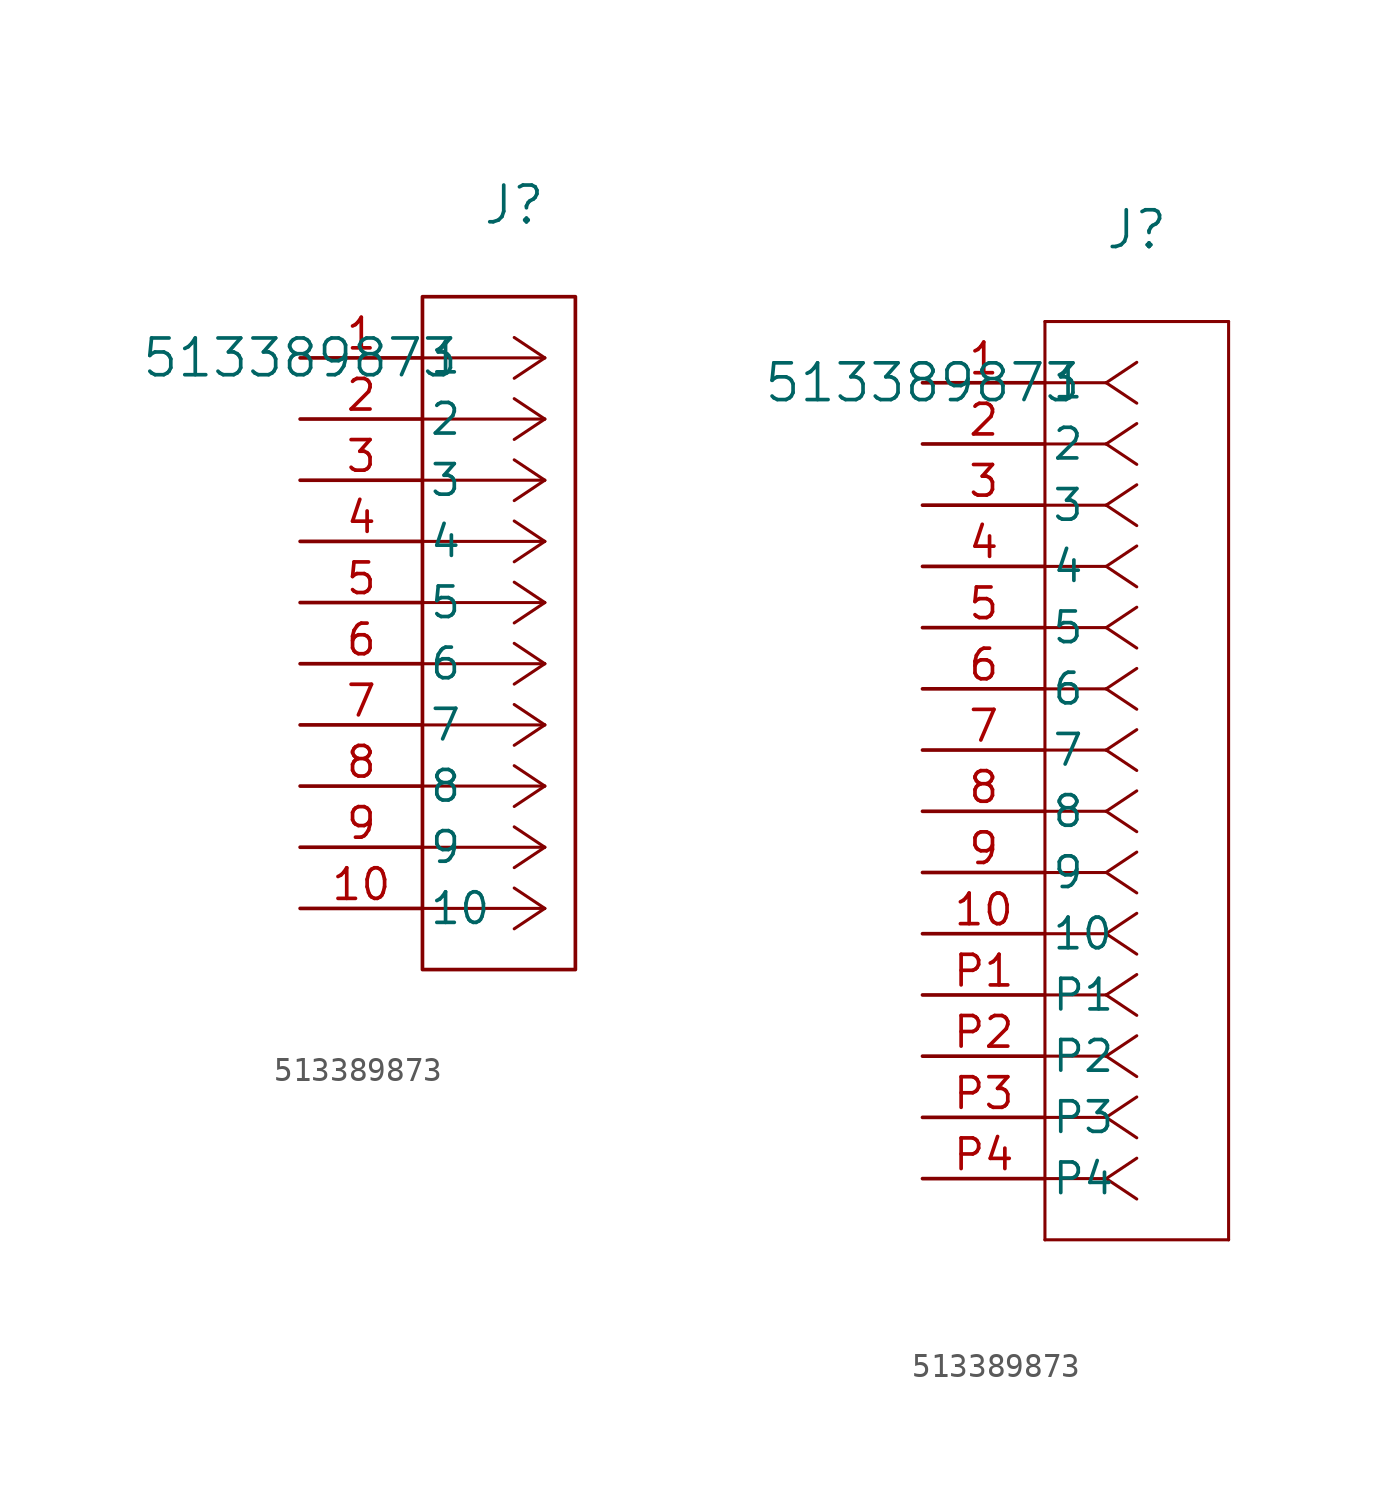
<source format=kicad_sym>
(kicad_symbol_lib
  (version 20241209)
  (generator "kicad_symbol_editor")
  (generator_version "9.0")
  (symbol "513389873"
    (pin_names
      (offset 0.254))
    (property "Reference" "J"
      (at 8.89 6.35 0)
      (effects (font (size 1.524 1.524))))
    (property "Value" "513389873"
      (at 0 0 0)
      (effects (font (size 1.524 1.524))))
    (property "ki_locked" ""
      (at 0 0 0)
      (effects (font (size 1.27 1.27))))
    (symbol "513389873_1_1"
      (rectangle (start 5.08 2.54) (end 11.43 -25.4) (stroke (width 0) (type default)) (fill (type none)))
      (polyline (pts (xy 10.16 0) (xy 5.08 0)) (stroke (width 0.127) (type default)) (fill (type none)))
      (polyline (pts (xy 10.16 0) (xy 8.89 0.847)) (stroke (width 0.127) (type default)) (fill (type none)))
      (polyline (pts (xy 10.16 0) (xy 8.89 -0.847)) (stroke (width 0.127) (type default)) (fill (type none)))
      (polyline (pts (xy 10.16 -2.54) (xy 5.08 -2.54)) (stroke (width 0.127) (type default)) (fill (type none)))
      (polyline (pts (xy 10.16 -2.54) (xy 8.89 -1.693)) (stroke (width 0.127) (type default)) (fill (type none)))
      (polyline (pts (xy 10.16 -2.54) (xy 8.89 -3.387)) (stroke (width 0.127) (type default)) (fill (type none)))
      (polyline (pts (xy 10.16 -5.08) (xy 5.08 -5.08)) (stroke (width 0.127) (type default)) (fill (type none)))
      (polyline (pts (xy 10.16 -5.08) (xy 8.89 -4.233)) (stroke (width 0.127) (type default)) (fill (type none)))
      (polyline (pts (xy 10.16 -5.08) (xy 8.89 -5.927)) (stroke (width 0.127) (type default)) (fill (type none)))
      (polyline (pts (xy 10.16 -7.62) (xy 5.08 -7.62)) (stroke (width 0.127) (type default)) (fill (type none)))
      (polyline (pts (xy 10.16 -7.62) (xy 8.89 -6.773)) (stroke (width 0.127) (type default)) (fill (type none)))
      (polyline (pts (xy 10.16 -7.62) (xy 8.89 -8.467)) (stroke (width 0.127) (type default)) (fill (type none)))
      (polyline (pts (xy 10.16 -10.16) (xy 5.08 -10.16)) (stroke (width 0.127) (type default)) (fill (type none)))
      (polyline (pts (xy 10.16 -10.16) (xy 8.89 -9.313)) (stroke (width 0.127) (type default)) (fill (type none)))
      (polyline (pts (xy 10.16 -10.16) (xy 8.89 -11.007)) (stroke (width 0.127) (type default)) (fill (type none)))
      (polyline (pts (xy 10.16 -12.7) (xy 5.08 -12.7)) (stroke (width 0.127) (type default)) (fill (type none)))
      (polyline (pts (xy 10.16 -12.7) (xy 8.89 -11.853)) (stroke (width 0.127) (type default)) (fill (type none)))
      (polyline (pts (xy 10.16 -12.7) (xy 8.89 -13.547)) (stroke (width 0.127) (type default)) (fill (type none)))
      (polyline (pts (xy 10.16 -15.24) (xy 5.08 -15.24)) (stroke (width 0.127) (type default)) (fill (type none)))
      (polyline (pts (xy 10.16 -15.24) (xy 8.89 -14.393)) (stroke (width 0.127) (type default)) (fill (type none)))
      (polyline (pts (xy 10.16 -15.24) (xy 8.89 -16.087)) (stroke (width 0.127) (type default)) (fill (type none)))
      (polyline (pts (xy 10.16 -17.78) (xy 5.08 -17.78)) (stroke (width 0.127) (type default)) (fill (type none)))
      (polyline (pts (xy 10.16 -17.78) (xy 8.89 -16.933)) (stroke (width 0.127) (type default)) (fill (type none)))
      (polyline (pts (xy 10.16 -17.78) (xy 8.89 -18.627)) (stroke (width 0.127) (type default)) (fill (type none)))
      (polyline (pts (xy 10.16 -20.32) (xy 5.08 -20.32)) (stroke (width 0.127) (type default)) (fill (type none)))
      (polyline (pts (xy 10.16 -20.32) (xy 8.89 -19.473)) (stroke (width 0.127) (type default)) (fill (type none)))
      (polyline (pts (xy 10.16 -20.32) (xy 8.89 -21.167)) (stroke (width 0.127) (type default)) (fill (type none)))
      (polyline (pts (xy 10.16 -22.86) (xy 5.08 -22.86)) (stroke (width 0.127) (type default)) (fill (type none)))
      (polyline (pts (xy 10.16 -22.86) (xy 8.89 -22.013)) (stroke (width 0.127) (type default)) (fill (type none)))
      (polyline (pts (xy 10.16 -22.86) (xy 8.89 -23.707)) (stroke (width 0.127) (type default)) (fill (type none)))
      (pin unspecified line (at 0 0 0) (length 5.08) (name "1" (effects (font (size 1.27 1.27)))) (number "1" (effects (font (size 1.27 1.27)))))
      (pin unspecified line (at 0 -2.54 0) (length 5.08) (name "2" (effects (font (size 1.27 1.27)))) (number "2" (effects (font (size 1.27 1.27)))))
      (pin unspecified line (at 0 -5.08 0) (length 5.08) (name "3" (effects (font (size 1.27 1.27)))) (number "3" (effects (font (size 1.27 1.27)))))
      (pin unspecified line (at 0 -7.62 0) (length 5.08) (name "4" (effects (font (size 1.27 1.27)))) (number "4" (effects (font (size 1.27 1.27)))))
      (pin unspecified line (at 0 -10.16 0) (length 5.08) (name "5" (effects (font (size 1.27 1.27)))) (number "5" (effects (font (size 1.27 1.27)))))
      (pin unspecified line (at 0 -12.7 0) (length 5.08) (name "6" (effects (font (size 1.27 1.27)))) (number "6" (effects (font (size 1.27 1.27)))))
      (pin unspecified line (at 0 -15.24 0) (length 5.08) (name "7" (effects (font (size 1.27 1.27)))) (number "7" (effects (font (size 1.27 1.27)))))
      (pin unspecified line (at 0 -17.78 0) (length 5.08) (name "8" (effects (font (size 1.27 1.27)))) (number "8" (effects (font (size 1.27 1.27)))))
      (pin unspecified line (at 0 -20.32 0) (length 5.08) (name "9" (effects (font (size 1.27 1.27)))) (number "9" (effects (font (size 1.27 1.27)))))
      (pin unspecified line (at 0 -22.86 0) (length 5.08) (name "10" (effects (font (size 1.27 1.27)))) (number "10" (effects (font (size 1.27 1.27))))))
    (symbol "513389873_1_2"
      (polyline (pts (xy 5.08 2.54) (xy 5.08 -35.56)) (stroke (width 0.127) (type default)) (fill (type none)))
      (polyline (pts (xy 5.08 -35.56) (xy 12.7 -35.56)) (stroke (width 0.127) (type default)) (fill (type none)))
      (polyline (pts (xy 7.62 0) (xy 5.08 0)) (stroke (width 0.127) (type default)) (fill (type none)))
      (polyline (pts (xy 7.62 0) (xy 8.89 0.847)) (stroke (width 0.127) (type default)) (fill (type none)))
      (polyline (pts (xy 7.62 0) (xy 8.89 -0.847)) (stroke (width 0.127) (type default)) (fill (type none)))
      (polyline (pts (xy 7.62 -2.54) (xy 5.08 -2.54)) (stroke (width 0.127) (type default)) (fill (type none)))
      (polyline (pts (xy 7.62 -2.54) (xy 8.89 -1.693)) (stroke (width 0.127) (type default)) (fill (type none)))
      (polyline (pts (xy 7.62 -2.54) (xy 8.89 -3.387)) (stroke (width 0.127) (type default)) (fill (type none)))
      (polyline (pts (xy 7.62 -5.08) (xy 5.08 -5.08)) (stroke (width 0.127) (type default)) (fill (type none)))
      (polyline (pts (xy 7.62 -5.08) (xy 8.89 -4.233)) (stroke (width 0.127) (type default)) (fill (type none)))
      (polyline (pts (xy 7.62 -5.08) (xy 8.89 -5.927)) (stroke (width 0.127) (type default)) (fill (type none)))
      (polyline (pts (xy 7.62 -7.62) (xy 5.08 -7.62)) (stroke (width 0.127) (type default)) (fill (type none)))
      (polyline (pts (xy 7.62 -7.62) (xy 8.89 -6.773)) (stroke (width 0.127) (type default)) (fill (type none)))
      (polyline (pts (xy 7.62 -7.62) (xy 8.89 -8.467)) (stroke (width 0.127) (type default)) (fill (type none)))
      (polyline (pts (xy 7.62 -10.16) (xy 5.08 -10.16)) (stroke (width 0.127) (type default)) (fill (type none)))
      (polyline (pts (xy 7.62 -10.16) (xy 8.89 -9.313)) (stroke (width 0.127) (type default)) (fill (type none)))
      (polyline (pts (xy 7.62 -10.16) (xy 8.89 -11.007)) (stroke (width 0.127) (type default)) (fill (type none)))
      (polyline (pts (xy 7.62 -12.7) (xy 5.08 -12.7)) (stroke (width 0.127) (type default)) (fill (type none)))
      (polyline (pts (xy 7.62 -12.7) (xy 8.89 -11.853)) (stroke (width 0.127) (type default)) (fill (type none)))
      (polyline (pts (xy 7.62 -12.7) (xy 8.89 -13.547)) (stroke (width 0.127) (type default)) (fill (type none)))
      (polyline (pts (xy 7.62 -15.24) (xy 5.08 -15.24)) (stroke (width 0.127) (type default)) (fill (type none)))
      (polyline (pts (xy 7.62 -15.24) (xy 8.89 -14.393)) (stroke (width 0.127) (type default)) (fill (type none)))
      (polyline (pts (xy 7.62 -15.24) (xy 8.89 -16.087)) (stroke (width 0.127) (type default)) (fill (type none)))
      (polyline (pts (xy 7.62 -17.78) (xy 5.08 -17.78)) (stroke (width 0.127) (type default)) (fill (type none)))
      (polyline (pts (xy 7.62 -17.78) (xy 8.89 -16.933)) (stroke (width 0.127) (type default)) (fill (type none)))
      (polyline (pts (xy 7.62 -17.78) (xy 8.89 -18.627)) (stroke (width 0.127) (type default)) (fill (type none)))
      (polyline (pts (xy 7.62 -20.32) (xy 5.08 -20.32)) (stroke (width 0.127) (type default)) (fill (type none)))
      (polyline (pts (xy 7.62 -20.32) (xy 8.89 -19.473)) (stroke (width 0.127) (type default)) (fill (type none)))
      (polyline (pts (xy 7.62 -20.32) (xy 8.89 -21.167)) (stroke (width 0.127) (type default)) (fill (type none)))
      (polyline (pts (xy 7.62 -22.86) (xy 5.08 -22.86)) (stroke (width 0.127) (type default)) (fill (type none)))
      (polyline (pts (xy 7.62 -22.86) (xy 8.89 -22.013)) (stroke (width 0.127) (type default)) (fill (type none)))
      (polyline (pts (xy 7.62 -22.86) (xy 8.89 -23.707)) (stroke (width 0.127) (type default)) (fill (type none)))
      (polyline (pts (xy 7.62 -25.4) (xy 5.08 -25.4)) (stroke (width 0.127) (type default)) (fill (type none)))
      (polyline (pts (xy 7.62 -25.4) (xy 8.89 -24.553)) (stroke (width 0.127) (type default)) (fill (type none)))
      (polyline (pts (xy 7.62 -25.4) (xy 8.89 -26.247)) (stroke (width 0.127) (type default)) (fill (type none)))
      (polyline (pts (xy 7.62 -27.94) (xy 5.08 -27.94)) (stroke (width 0.127) (type default)) (fill (type none)))
      (polyline (pts (xy 7.62 -27.94) (xy 8.89 -27.093)) (stroke (width 0.127) (type default)) (fill (type none)))
      (polyline (pts (xy 7.62 -27.94) (xy 8.89 -28.787)) (stroke (width 0.127) (type default)) (fill (type none)))
      (polyline (pts (xy 7.62 -30.48) (xy 5.08 -30.48)) (stroke (width 0.127) (type default)) (fill (type none)))
      (polyline (pts (xy 7.62 -30.48) (xy 8.89 -29.633)) (stroke (width 0.127) (type default)) (fill (type none)))
      (polyline (pts (xy 7.62 -30.48) (xy 8.89 -31.327)) (stroke (width 0.127) (type default)) (fill (type none)))
      (polyline (pts (xy 7.62 -33.02) (xy 5.08 -33.02)) (stroke (width 0.127) (type default)) (fill (type none)))
      (polyline (pts (xy 7.62 -33.02) (xy 8.89 -32.173)) (stroke (width 0.127) (type default)) (fill (type none)))
      (polyline (pts (xy 7.62 -33.02) (xy 8.89 -33.867)) (stroke (width 0.127) (type default)) (fill (type none)))
      (polyline (pts (xy 12.7 2.54) (xy 5.08 2.54)) (stroke (width 0.127) (type default)) (fill (type none)))
      (polyline (pts (xy 12.7 -35.56) (xy 12.7 2.54)) (stroke (width 0.127) (type default)) (fill (type none)))
      (pin unspecified line (at 0 0 0) (length 5.08) (name "1" (effects (font (size 1.27 1.27)))) (number "1" (effects (font (size 1.27 1.27)))))
      (pin unspecified line (at 0 -2.54 0) (length 5.08) (name "2" (effects (font (size 1.27 1.27)))) (number "2" (effects (font (size 1.27 1.27)))))
      (pin unspecified line (at 0 -5.08 0) (length 5.08) (name "3" (effects (font (size 1.27 1.27)))) (number "3" (effects (font (size 1.27 1.27)))))
      (pin unspecified line (at 0 -7.62 0) (length 5.08) (name "4" (effects (font (size 1.27 1.27)))) (number "4" (effects (font (size 1.27 1.27)))))
      (pin unspecified line (at 0 -10.16 0) (length 5.08) (name "5" (effects (font (size 1.27 1.27)))) (number "5" (effects (font (size 1.27 1.27)))))
      (pin unspecified line (at 0 -12.7 0) (length 5.08) (name "6" (effects (font (size 1.27 1.27)))) (number "6" (effects (font (size 1.27 1.27)))))
      (pin unspecified line (at 0 -15.24 0) (length 5.08) (name "7" (effects (font (size 1.27 1.27)))) (number "7" (effects (font (size 1.27 1.27)))))
      (pin unspecified line (at 0 -17.78 0) (length 5.08) (name "8" (effects (font (size 1.27 1.27)))) (number "8" (effects (font (size 1.27 1.27)))))
      (pin unspecified line (at 0 -20.32 0) (length 5.08) (name "9" (effects (font (size 1.27 1.27)))) (number "9" (effects (font (size 1.27 1.27)))))
      (pin unspecified line (at 0 -22.86 0) (length 5.08) (name "10" (effects (font (size 1.27 1.27)))) (number "10" (effects (font (size 1.27 1.27)))))
      (pin unspecified line (at 0 -25.4 0) (length 5.08) (name "P1" (effects (font (size 1.27 1.27)))) (number "P1" (effects (font (size 1.27 1.27)))))
      (pin unspecified line (at 0 -27.94 0) (length 5.08) (name "P2" (effects (font (size 1.27 1.27)))) (number "P2" (effects (font (size 1.27 1.27)))))
      (pin unspecified line (at 0 -30.48 0) (length 5.08) (name "P3" (effects (font (size 1.27 1.27)))) (number "P3" (effects (font (size 1.27 1.27)))))
      (pin unspecified line (at 0 -33.02 0) (length 5.08) (name "P4" (effects (font (size 1.27 1.27)))) (number "P4" (effects (font (size 1.27 1.27))))))))
</source>
